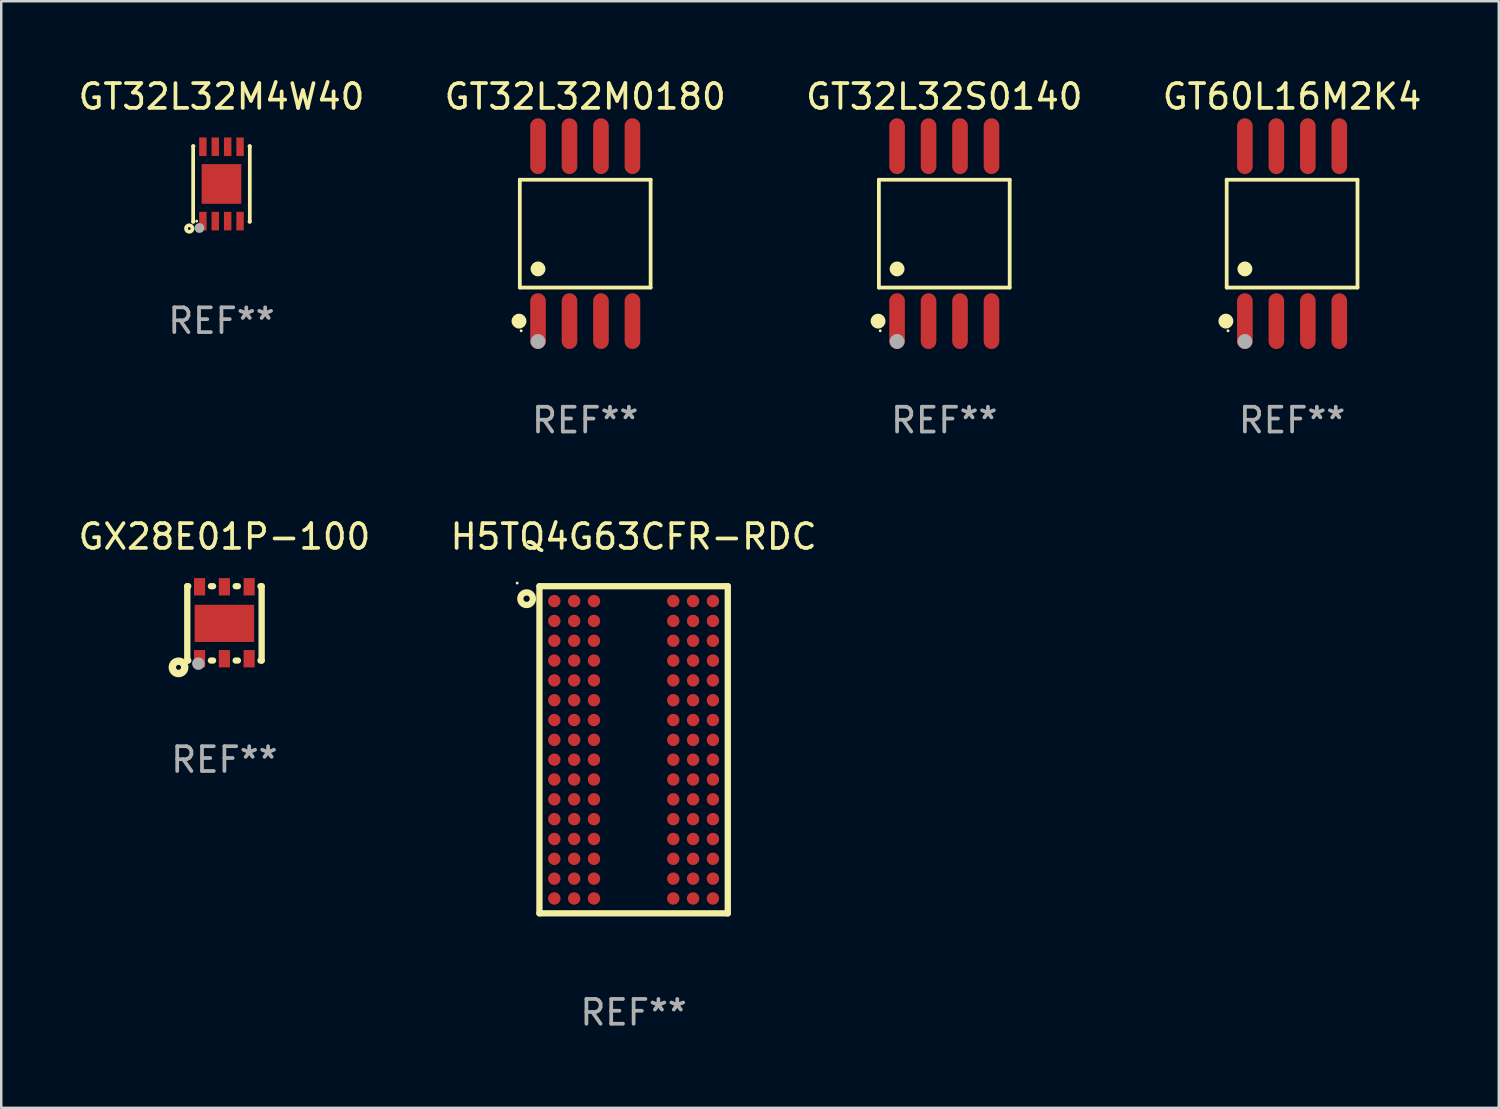
<source format=kicad_pcb>
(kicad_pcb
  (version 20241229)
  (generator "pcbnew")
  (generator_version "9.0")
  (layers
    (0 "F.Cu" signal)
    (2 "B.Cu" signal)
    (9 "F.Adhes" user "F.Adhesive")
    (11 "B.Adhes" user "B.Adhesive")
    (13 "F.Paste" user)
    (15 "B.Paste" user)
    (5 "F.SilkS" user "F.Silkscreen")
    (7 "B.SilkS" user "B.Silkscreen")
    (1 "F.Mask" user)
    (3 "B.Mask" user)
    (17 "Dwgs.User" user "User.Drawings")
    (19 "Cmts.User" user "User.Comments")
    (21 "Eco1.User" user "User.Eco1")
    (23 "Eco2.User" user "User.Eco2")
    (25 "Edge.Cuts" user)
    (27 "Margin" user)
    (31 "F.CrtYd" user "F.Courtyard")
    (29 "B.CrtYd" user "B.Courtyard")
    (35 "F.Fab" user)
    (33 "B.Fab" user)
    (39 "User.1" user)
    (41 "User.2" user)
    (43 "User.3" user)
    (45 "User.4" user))
  (footprint "GT60L16M2K4"
    (layer "F.Cu")
    (at 49.089 6.378)
    (property "Reference" "GT60L16M2K4" (at 0 -5.53 0) (layer "F.SilkS") (effects (font (size 1 1) (thickness 0.15))))
    (attr through_hole)
    (fp_line (start -2.639 -2.176) (end 2.639 -2.176) (stroke (width 0.152) (type solid)) (layer "F.SilkS"))
    (fp_line (start -2.639 2.176) (end -2.639 -2.176) (stroke (width 0.152) (type solid)) (layer "F.SilkS"))
    (fp_line (start 2.639 -2.176) (end 2.639 2.176) (stroke (width 0.152) (type solid)) (layer "F.SilkS"))
    (fp_line (start 2.639 2.176) (end -2.639 2.176) (stroke (width 0.152) (type solid)) (layer "F.SilkS"))
    (fp_circle (center -2.672 3.53) (end -2.522 3.53) (stroke (width 0.3) (type solid)) (fill no) (layer "F.SilkS"))
    (fp_circle (center -2.585 3.92) (end -2.555 3.92) (stroke (width 0.06) (type solid)) (fill no) (layer "F.SilkS"))
    (fp_circle (center -1.905 1.424) (end -1.755 1.424) (stroke (width 0.3) (type solid)) (fill no) (layer "F.SilkS"))
    (fp_circle (center -1.905 4.35) (end -1.755 4.35) (stroke (width 0.3) (type solid)) (fill no) (layer "F.Fab"))
    (fp_text user "REF**" (at 0 7.53 0) (layer "F.Fab") (effects (font (size 1 1) (thickness 0.15))))
    (pad "1" smd oval (at -1.905 3.53) (size 0.63 2.25) (layers "F.Cu" "F.Mask" "F.Paste"))
    (pad "2" smd oval (at -0.635 3.53) (size 0.63 2.25) (layers "F.Cu" "F.Mask" "F.Paste"))
    (pad "3" smd oval (at 0.635 3.53) (size 0.63 2.25) (layers "F.Cu" "F.Mask" "F.Paste"))
    (pad "4" smd oval (at 1.905 3.53) (size 0.63 2.25) (layers "F.Cu" "F.Mask" "F.Paste"))
    (pad "5" smd oval (at 1.905 -3.53) (size 0.63 2.25) (layers "F.Cu" "F.Mask" "F.Paste"))
    (pad "6" smd oval (at 0.635 -3.53) (size 0.63 2.25) (layers "F.Cu" "F.Mask" "F.Paste"))
    (pad "7" smd oval (at -0.635 -3.53) (size 0.63 2.25) (layers "F.Cu" "F.Mask" "F.Paste"))
    (pad "8" smd oval (at -1.905 -3.53) (size 0.63 2.25) (layers "F.Cu" "F.Mask" "F.Paste")))
  (footprint "GX28E01P-100"
    (layer "F.Cu")
    (at 6.006 22.105)
    (property "Reference" "GX28E01P-100" (at 0 -3.501 0) (layer "F.SilkS") (effects (font (size 1 1) (thickness 0.15))))
    (attr through_hole)
    (fp_line (start -1.502 -1.501) (end -1.459 -1.501) (stroke (width 0.254) (type solid)) (layer "F.SilkS"))
    (fp_line (start -1.502 1.499) (end -1.459 1.499) (stroke (width 0.254) (type solid)) (layer "F.SilkS"))
    (fp_line (start -1.499 1.501) (end -1.499 -1.499) (stroke (width 0.254) (type solid)) (layer "F.SilkS"))
    (fp_line (start -0.546 -1.501) (end -0.458 -1.501) (stroke (width 0.254) (type solid)) (layer "F.SilkS"))
    (fp_line (start -0.546 1.499) (end -0.458 1.499) (stroke (width 0.254) (type solid)) (layer "F.SilkS"))
    (fp_line (start 0.454 -1.501) (end 0.543 -1.501) (stroke (width 0.254) (type solid)) (layer "F.SilkS"))
    (fp_line (start 0.454 1.499) (end 0.543 1.499) (stroke (width 0.254) (type solid)) (layer "F.SilkS"))
    (fp_line (start 1.455 -1.501) (end 1.502 -1.501) (stroke (width 0.254) (type solid)) (layer "F.SilkS"))
    (fp_line (start 1.455 1.499) (end 1.502 1.499) (stroke (width 0.254) (type solid)) (layer "F.SilkS"))
    (fp_line (start 1.502 1.501) (end 1.502 -1.499) (stroke (width 0.254) (type solid)) (layer "F.SilkS"))
    (fp_circle (center -1.852 1.774) (end -1.752 1.774) (stroke (width 0.3) (type solid)) (fill no) (layer "F.SilkS"))
    (fp_circle (center -1.502 1.474) (end -1.472 1.474) (stroke (width 0.06) (type solid)) (fill no) (layer "F.SilkS"))
    (fp_circle (center -1.052 1.624) (end -0.925 1.624) (stroke (width 0.254) (type solid)) (fill no) (layer "F.Fab"))
    (fp_text user "REF**" (at 0 5.501 0) (layer "F.Fab") (effects (font (size 1 1) (thickness 0.15))))
    (pad "1" smd rect (at -1.002 1.425) (size 0.45 0.701) (layers "F.Cu" "F.Mask" "F.Paste"))
    (pad "2" smd rect (at -0.002 1.425) (size 0.45 0.701) (layers "F.Cu" "F.Mask" "F.Paste"))
    (pad "3" smd rect (at 0.998 1.425) (size 0.45 0.701) (layers "F.Cu" "F.Mask" "F.Paste"))
    (pad "4" smd rect (at 0.998 -1.477) (size 0.45 0.701) (layers "F.Cu" "F.Mask" "F.Paste"))
    (pad "5" smd rect (at -0.002 -1.477) (size 0.45 0.701) (layers "F.Cu" "F.Mask" "F.Paste"))
    (pad "6" smd rect (at -1.002 -1.477) (size 0.45 0.701) (layers "F.Cu" "F.Mask" "F.Paste"))
    (pad "7" smd rect (at -0.002 -0.001) (size 2.4 1.5) (layers "F.Cu" "F.Mask" "F.Paste")))
  (footprint "GT32L32M0180"
    (layer "F.Cu")
    (at 20.565 6.378)
    (property "Reference" "GT32L32M0180" (at 0 -5.53 0) (layer "F.SilkS") (effects (font (size 1 1) (thickness 0.15))))
    (attr through_hole)
    (fp_line (start -2.639 -2.176) (end 2.639 -2.176) (stroke (width 0.152) (type solid)) (layer "F.SilkS"))
    (fp_line (start -2.639 2.176) (end -2.639 -2.176) (stroke (width 0.152) (type solid)) (layer "F.SilkS"))
    (fp_line (start 2.639 -2.176) (end 2.639 2.176) (stroke (width 0.152) (type solid)) (layer "F.SilkS"))
    (fp_line (start 2.639 2.176) (end -2.639 2.176) (stroke (width 0.152) (type solid)) (layer "F.SilkS"))
    (fp_circle (center -2.672 3.53) (end -2.522 3.53) (stroke (width 0.3) (type solid)) (fill no) (layer "F.SilkS"))
    (fp_circle (center -2.585 3.92) (end -2.555 3.92) (stroke (width 0.06) (type solid)) (fill no) (layer "F.SilkS"))
    (fp_circle (center -1.905 1.424) (end -1.755 1.424) (stroke (width 0.3) (type solid)) (fill no) (layer "F.SilkS"))
    (fp_circle (center -1.905 4.35) (end -1.755 4.35) (stroke (width 0.3) (type solid)) (fill no) (layer "F.Fab"))
    (fp_text user "REF**" (at 0 7.53 0) (layer "F.Fab") (effects (font (size 1 1) (thickness 0.15))))
    (pad "1" smd oval (at -1.905 3.53) (size 0.63 2.25) (layers "F.Cu" "F.Mask" "F.Paste"))
    (pad "2" smd oval (at -0.635 3.53) (size 0.63 2.25) (layers "F.Cu" "F.Mask" "F.Paste"))
    (pad "3" smd oval (at 0.635 3.53) (size 0.63 2.25) (layers "F.Cu" "F.Mask" "F.Paste"))
    (pad "4" smd oval (at 1.905 3.53) (size 0.63 2.25) (layers "F.Cu" "F.Mask" "F.Paste"))
    (pad "5" smd oval (at 1.905 -3.53) (size 0.63 2.25) (layers "F.Cu" "F.Mask" "F.Paste"))
    (pad "6" smd oval (at 0.635 -3.53) (size 0.63 2.25) (layers "F.Cu" "F.Mask" "F.Paste"))
    (pad "7" smd oval (at -0.635 -3.53) (size 0.63 2.25) (layers "F.Cu" "F.Mask" "F.Paste"))
    (pad "8" smd oval (at -1.905 -3.53) (size 0.63 2.25) (layers "F.Cu" "F.Mask" "F.Paste")))
  (footprint "GT32L32S0140"
    (layer "F.Cu")
    (at 35.054 6.378)
    (property "Reference" "GT32L32S0140" (at 0 -5.53 0) (layer "F.SilkS") (effects (font (size 1 1) (thickness 0.15))))
    (attr through_hole)
    (fp_line (start -2.639 -2.176) (end 2.639 -2.176) (stroke (width 0.152) (type solid)) (layer "F.SilkS"))
    (fp_line (start -2.639 2.176) (end -2.639 -2.176) (stroke (width 0.152) (type solid)) (layer "F.SilkS"))
    (fp_line (start 2.639 -2.176) (end 2.639 2.176) (stroke (width 0.152) (type solid)) (layer "F.SilkS"))
    (fp_line (start 2.639 2.176) (end -2.639 2.176) (stroke (width 0.152) (type solid)) (layer "F.SilkS"))
    (fp_circle (center -2.672 3.53) (end -2.522 3.53) (stroke (width 0.3) (type solid)) (fill no) (layer "F.SilkS"))
    (fp_circle (center -2.585 3.92) (end -2.555 3.92) (stroke (width 0.06) (type solid)) (fill no) (layer "F.SilkS"))
    (fp_circle (center -1.905 1.424) (end -1.755 1.424) (stroke (width 0.3) (type solid)) (fill no) (layer "F.SilkS"))
    (fp_circle (center -1.905 4.35) (end -1.755 4.35) (stroke (width 0.3) (type solid)) (fill no) (layer "F.Fab"))
    (fp_text user "REF**" (at 0 7.53 0) (layer "F.Fab") (effects (font (size 1 1) (thickness 0.15))))
    (pad "1" smd oval (at -1.905 3.53) (size 0.63 2.25) (layers "F.Cu" "F.Mask" "F.Paste"))
    (pad "2" smd oval (at -0.635 3.53) (size 0.63 2.25) (layers "F.Cu" "F.Mask" "F.Paste"))
    (pad "3" smd oval (at 0.635 3.53) (size 0.63 2.25) (layers "F.Cu" "F.Mask" "F.Paste"))
    (pad "4" smd oval (at 1.905 3.53) (size 0.63 2.25) (layers "F.Cu" "F.Mask" "F.Paste"))
    (pad "5" smd oval (at 1.905 -3.53) (size 0.63 2.25) (layers "F.Cu" "F.Mask" "F.Paste"))
    (pad "6" smd oval (at 0.635 -3.53) (size 0.63 2.25) (layers "F.Cu" "F.Mask" "F.Paste"))
    (pad "7" smd oval (at -0.635 -3.53) (size 0.63 2.25) (layers "F.Cu" "F.Mask" "F.Paste"))
    (pad "8" smd oval (at -1.905 -3.53) (size 0.63 2.25) (layers "F.Cu" "F.Mask" "F.Paste")))
  (footprint "GT32L32M4W40"
    (layer "F.Cu")
    (at 5.887 4.372)
    (property "Reference" "GT32L32M4W40" (at 0 -3.524 0) (layer "F.SilkS") (effects (font (size 1 1) (thickness 0.15))))
    (attr through_hole)
    (fp_line (start -1.143 -1.524) (end -1.143 1.524) (stroke (width 0.15) (type solid)) (layer "F.SilkS"))
    (fp_line (start -1.143 1.524) (end -1.129 1.524) (stroke (width 0.15) (type solid)) (layer "F.SilkS"))
    (fp_line (start -1.129 -1.524) (end -1.143 -1.524) (stroke (width 0.15) (type solid)) (layer "F.SilkS"))
    (fp_line (start 1.129 1.524) (end 1.143 1.524) (stroke (width 0.15) (type solid)) (layer "F.SilkS"))
    (fp_line (start 1.143 -1.524) (end 1.129 -1.524) (stroke (width 0.15) (type solid)) (layer "F.SilkS"))
    (fp_line (start 1.143 1.524) (end 1.143 -1.524) (stroke (width 0.15) (type solid)) (layer "F.SilkS"))
    (fp_circle (center -1.3 1.8) (end -1.243 1.8) (stroke (width 0.15) (type solid)) (fill no) (layer "F.SilkS"))
    (fp_circle (center -1 1.5) (end -0.97 1.5) (stroke (width 0.06) (type solid)) (fill no) (layer "F.SilkS"))
    (fp_circle (center -0.889 1.778) (end -0.789 1.778) (stroke (width 0.2) (type solid)) (fill no) (layer "F.Fab"))
    (fp_text user "REF**" (at 0 5.524 0) (layer "F.Fab") (effects (font (size 1 1) (thickness 0.15))))
    (pad "1" smd rect (at -0.75 1.5 90) (size 0.75 0.3) (layers "F.Cu" "F.Mask" "F.Paste"))
    (pad "2" smd rect (at -0.25 1.5 90) (size 0.75 0.3) (layers "F.Cu" "F.Mask" "F.Paste"))
    (pad "3" smd rect (at 0.25 1.5 90) (size 0.75 0.3) (layers "F.Cu" "F.Mask" "F.Paste"))
    (pad "4" smd rect (at 0.75 1.5 90) (size 0.75 0.3) (layers "F.Cu" "F.Mask" "F.Paste"))
    (pad "5" smd rect (at 0.75 -1.5 90) (size 0.75 0.3) (layers "F.Cu" "F.Mask" "F.Paste"))
    (pad "6" smd rect (at 0.25 -1.5 90) (size 0.75 0.3) (layers "F.Cu" "F.Mask" "F.Paste"))
    (pad "7" smd rect (at -0.25 -1.5 90) (size 0.75 0.3) (layers "F.Cu" "F.Mask" "F.Paste"))
    (pad "8" smd rect (at -0.75 -1.5 90) (size 0.75 0.3) (layers "F.Cu" "F.Mask" "F.Paste"))
    (pad "9" smd rect (at -0.000203 0.000457 90) (size 1.6 1.6) (layers "F.Cu" "F.Mask" "F.Paste")))
  (footprint "H5TQ4G63CFR-RDC"
    (layer "F.Cu")
    (at 22.518 27.205)
    (property "Reference" "H5TQ4G63CFR-RDC" (at 0 -8.6 0) (layer "F.SilkS") (effects (font (size 1 1) (thickness 0.15))))
    (attr through_hole)
    (fp_line (start -3.8 -6.6) (end -3.8 6.6) (stroke (width 0.254) (type solid)) (layer "F.SilkS"))
    (fp_line (start -3.8 -6.6) (end 3.8 -6.6) (stroke (width 0.254) (type solid)) (layer "F.SilkS"))
    (fp_line (start -3.8 6.6) (end 3.8 6.6) (stroke (width 0.254) (type solid)) (layer "F.SilkS"))
    (fp_line (start 3.8 -6.6) (end 3.8 6.6) (stroke (width 0.254) (type solid)) (layer "F.SilkS"))
    (fp_circle (center -4.699 -6.727) (end -4.669 -6.727) (stroke (width 0.06) (type solid)) (fill no) (layer "F.SilkS"))
    (fp_circle (center -4.318 -6.096) (end -4.064 -6.096) (stroke (width 0.254) (type solid)) (fill no) (layer "F.SilkS"))
    (fp_text user "REF**" (at 0 10.6 0) (layer "F.Fab") (effects (font (size 1 1) (thickness 0.15))))
    (pad "A1" smd circle (at -3.2 -6) (size 0.5 0.5) (layers "F.Cu" "F.Mask" "F.Paste"))
    (pad "A2" smd circle (at -2.4 -6) (size 0.5 0.5) (layers "F.Cu" "F.Mask" "F.Paste"))
    (pad "A3" smd circle (at -1.6 -6) (size 0.5 0.5) (layers "F.Cu" "F.Mask" "F.Paste"))
    (pad "A7" smd circle (at 1.6 -6) (size 0.5 0.5) (layers "F.Cu" "F.Mask" "F.Paste"))
    (pad "A8" smd circle (at 2.4 -6) (size 0.5 0.5) (layers "F.Cu" "F.Mask" "F.Paste"))
    (pad "A9" smd circle (at 3.2 -6) (size 0.5 0.5) (layers "F.Cu" "F.Mask" "F.Paste"))
    (pad "B1" smd circle (at -3.2 -5.2) (size 0.5 0.5) (layers "F.Cu" "F.Mask" "F.Paste"))
    (pad "B2" smd circle (at -2.4 -5.2) (size 0.5 0.5) (layers "F.Cu" "F.Mask" "F.Paste"))
    (pad "B3" smd circle (at -1.6 -5.2) (size 0.5 0.5) (layers "F.Cu" "F.Mask" "F.Paste"))
    (pad "B7" smd circle (at 1.6 -5.2) (size 0.5 0.5) (layers "F.Cu" "F.Mask" "F.Paste"))
    (pad "B8" smd circle (at 2.4 -5.2) (size 0.5 0.5) (layers "F.Cu" "F.Mask" "F.Paste"))
    (pad "B9" smd circle (at 3.2 -5.2) (size 0.5 0.5) (layers "F.Cu" "F.Mask" "F.Paste"))
    (pad "C1" smd circle (at -3.2 -4.4) (size 0.5 0.5) (layers "F.Cu" "F.Mask" "F.Paste"))
    (pad "C2" smd circle (at -2.4 -4.4) (size 0.5 0.5) (layers "F.Cu" "F.Mask" "F.Paste"))
    (pad "C3" smd circle (at -1.6 -4.4) (size 0.5 0.5) (layers "F.Cu" "F.Mask" "F.Paste"))
    (pad "C7" smd circle (at 1.6 -4.4) (size 0.5 0.5) (layers "F.Cu" "F.Mask" "F.Paste"))
    (pad "C8" smd circle (at 2.4 -4.4) (size 0.5 0.5) (layers "F.Cu" "F.Mask" "F.Paste"))
    (pad "C9" smd circle (at 3.2 -4.4) (size 0.5 0.5) (layers "F.Cu" "F.Mask" "F.Paste"))
    (pad "D1" smd circle (at -3.2 -3.6) (size 0.5 0.5) (layers "F.Cu" "F.Mask" "F.Paste"))
    (pad "D2" smd circle (at -2.4 -3.6) (size 0.5 0.5) (layers "F.Cu" "F.Mask" "F.Paste"))
    (pad "D3" smd circle (at -1.6 -3.6) (size 0.5 0.5) (layers "F.Cu" "F.Mask" "F.Paste"))
    (pad "D7" smd circle (at 1.6 -3.6) (size 0.5 0.5) (layers "F.Cu" "F.Mask" "F.Paste"))
    (pad "D8" smd circle (at 2.4 -3.6) (size 0.5 0.5) (layers "F.Cu" "F.Mask" "F.Paste"))
    (pad "D9" smd circle (at 3.2 -3.6) (size 0.5 0.5) (layers "F.Cu" "F.Mask" "F.Paste"))
    (pad "E1" smd circle (at -3.2 -2.8) (size 0.5 0.5) (layers "F.Cu" "F.Mask" "F.Paste"))
    (pad "E2" smd circle (at -2.4 -2.8) (size 0.5 0.5) (layers "F.Cu" "F.Mask" "F.Paste"))
    (pad "E3" smd circle (at -1.6 -2.8) (size 0.5 0.5) (layers "F.Cu" "F.Mask" "F.Paste"))
    (pad "E7" smd circle (at 1.6 -2.8) (size 0.5 0.5) (layers "F.Cu" "F.Mask" "F.Paste"))
    (pad "E8" smd circle (at 2.4 -2.8) (size 0.5 0.5) (layers "F.Cu" "F.Mask" "F.Paste"))
    (pad "E9" smd circle (at 3.2 -2.8) (size 0.5 0.5) (layers "F.Cu" "F.Mask" "F.Paste"))
    (pad "F1" smd circle (at -3.2 -2) (size 0.5 0.5) (layers "F.Cu" "F.Mask" "F.Paste"))
    (pad "F2" smd circle (at -2.4 -2) (size 0.5 0.5) (layers "F.Cu" "F.Mask" "F.Paste"))
    (pad "F3" smd circle (at -1.6 -2) (size 0.5 0.5) (layers "F.Cu" "F.Mask" "F.Paste"))
    (pad "F7" smd circle (at 1.6 -2) (size 0.5 0.5) (layers "F.Cu" "F.Mask" "F.Paste"))
    (pad "F8" smd circle (at 2.4 -2) (size 0.5 0.5) (layers "F.Cu" "F.Mask" "F.Paste"))
    (pad "F9" smd circle (at 3.2 -2) (size 0.5 0.5) (layers "F.Cu" "F.Mask" "F.Paste"))
    (pad "G1" smd circle (at -3.2 -1.2) (size 0.5 0.5) (layers "F.Cu" "F.Mask" "F.Paste"))
    (pad "G2" smd circle (at -2.4 -1.2) (size 0.5 0.5) (layers "F.Cu" "F.Mask" "F.Paste"))
    (pad "G3" smd circle (at -1.6 -1.2) (size 0.5 0.5) (layers "F.Cu" "F.Mask" "F.Paste"))
    (pad "G7" smd circle (at 1.6 -1.2) (size 0.5 0.5) (layers "F.Cu" "F.Mask" "F.Paste"))
    (pad "G8" smd circle (at 2.4 -1.2) (size 0.5 0.5) (layers "F.Cu" "F.Mask" "F.Paste"))
    (pad "G9" smd circle (at 3.2 -1.2) (size 0.5 0.5) (layers "F.Cu" "F.Mask" "F.Paste"))
    (pad "H1" smd circle (at -3.2 -0.4) (size 0.5 0.5) (layers "F.Cu" "F.Mask" "F.Paste"))
    (pad "H2" smd circle (at -2.4 -0.4) (size 0.5 0.5) (layers "F.Cu" "F.Mask" "F.Paste"))
    (pad "H3" smd circle (at -1.6 -0.4) (size 0.5 0.5) (layers "F.Cu" "F.Mask" "F.Paste"))
    (pad "H7" smd circle (at 1.6 -0.4) (size 0.5 0.5) (layers "F.Cu" "F.Mask" "F.Paste"))
    (pad "H8" smd circle (at 2.4 -0.4) (size 0.5 0.5) (layers "F.Cu" "F.Mask" "F.Paste"))
    (pad "H9" smd circle (at 3.2 -0.4) (size 0.5 0.5) (layers "F.Cu" "F.Mask" "F.Paste"))
    (pad "J1" smd circle (at -3.2 0.4) (size 0.5 0.5) (layers "F.Cu" "F.Mask" "F.Paste"))
    (pad "J2" smd circle (at -2.4 0.4) (size 0.5 0.5) (layers "F.Cu" "F.Mask" "F.Paste"))
    (pad "J3" smd circle (at -1.6 0.4) (size 0.5 0.5) (layers "F.Cu" "F.Mask" "F.Paste"))
    (pad "J7" smd circle (at 1.6 0.4) (size 0.5 0.5) (layers "F.Cu" "F.Mask" "F.Paste"))
    (pad "J8" smd circle (at 2.4 0.4) (size 0.5 0.5) (layers "F.Cu" "F.Mask" "F.Paste"))
    (pad "J9" smd circle (at 3.2 0.4) (size 0.5 0.5) (layers "F.Cu" "F.Mask" "F.Paste"))
    (pad "K1" smd circle (at -3.2 1.2) (size 0.5 0.5) (layers "F.Cu" "F.Mask" "F.Paste"))
    (pad "K2" smd circle (at -2.4 1.2) (size 0.5 0.5) (layers "F.Cu" "F.Mask" "F.Paste"))
    (pad "K3" smd circle (at -1.6 1.2) (size 0.5 0.5) (layers "F.Cu" "F.Mask" "F.Paste"))
    (pad "K7" smd circle (at 1.6 1.2) (size 0.5 0.5) (layers "F.Cu" "F.Mask" "F.Paste"))
    (pad "K8" smd circle (at 2.4 1.2) (size 0.5 0.5) (layers "F.Cu" "F.Mask" "F.Paste"))
    (pad "K9" smd circle (at 3.2 1.2) (size 0.5 0.5) (layers "F.Cu" "F.Mask" "F.Paste"))
    (pad "L1" smd circle (at -3.2 2) (size 0.5 0.5) (layers "F.Cu" "F.Mask" "F.Paste"))
    (pad "L2" smd circle (at -2.4 2) (size 0.5 0.5) (layers "F.Cu" "F.Mask" "F.Paste"))
    (pad "L3" smd circle (at -1.6 2) (size 0.5 0.5) (layers "F.Cu" "F.Mask" "F.Paste"))
    (pad "L7" smd circle (at 1.6 2) (size 0.5 0.5) (layers "F.Cu" "F.Mask" "F.Paste"))
    (pad "L8" smd circle (at 2.4 2) (size 0.5 0.5) (layers "F.Cu" "F.Mask" "F.Paste"))
    (pad "L9" smd circle (at 3.2 2) (size 0.5 0.5) (layers "F.Cu" "F.Mask" "F.Paste"))
    (pad "M1" smd circle (at -3.2 2.8) (size 0.5 0.5) (layers "F.Cu" "F.Mask" "F.Paste"))
    (pad "M2" smd circle (at -2.4 2.8) (size 0.5 0.5) (layers "F.Cu" "F.Mask" "F.Paste"))
    (pad "M3" smd circle (at -1.6 2.8) (size 0.5 0.5) (layers "F.Cu" "F.Mask" "F.Paste"))
    (pad "M7" smd circle (at 1.6 2.8) (size 0.5 0.5) (layers "F.Cu" "F.Mask" "F.Paste"))
    (pad "M8" smd circle (at 2.4 2.8) (size 0.5 0.5) (layers "F.Cu" "F.Mask" "F.Paste"))
    (pad "M9" smd circle (at 3.2 2.8) (size 0.5 0.5) (layers "F.Cu" "F.Mask" "F.Paste"))
    (pad "N1" smd circle (at -3.2 3.6) (size 0.5 0.5) (layers "F.Cu" "F.Mask" "F.Paste"))
    (pad "N2" smd circle (at -2.4 3.6) (size 0.5 0.5) (layers "F.Cu" "F.Mask" "F.Paste"))
    (pad "N3" smd circle (at -1.6 3.6) (size 0.5 0.5) (layers "F.Cu" "F.Mask" "F.Paste"))
    (pad "N7" smd circle (at 1.6 3.6) (size 0.5 0.5) (layers "F.Cu" "F.Mask" "F.Paste"))
    (pad "N8" smd circle (at 2.4 3.6) (size 0.5 0.5) (layers "F.Cu" "F.Mask" "F.Paste"))
    (pad "N9" smd circle (at 3.2 3.6) (size 0.5 0.5) (layers "F.Cu" "F.Mask" "F.Paste"))
    (pad "P1" smd circle (at -3.2 4.4) (size 0.5 0.5) (layers "F.Cu" "F.Mask" "F.Paste"))
    (pad "P2" smd circle (at -2.4 4.4) (size 0.5 0.5) (layers "F.Cu" "F.Mask" "F.Paste"))
    (pad "P3" smd circle (at -1.6 4.4) (size 0.5 0.5) (layers "F.Cu" "F.Mask" "F.Paste"))
    (pad "P7" smd circle (at 1.6 4.4) (size 0.5 0.5) (layers "F.Cu" "F.Mask" "F.Paste"))
    (pad "P8" smd circle (at 2.4 4.4) (size 0.5 0.5) (layers "F.Cu" "F.Mask" "F.Paste"))
    (pad "P9" smd circle (at 3.2 4.4) (size 0.5 0.5) (layers "F.Cu" "F.Mask" "F.Paste"))
    (pad "R1" smd circle (at -3.2 5.2) (size 0.5 0.5) (layers "F.Cu" "F.Mask" "F.Paste"))
    (pad "R2" smd circle (at -2.4 5.2) (size 0.5 0.5) (layers "F.Cu" "F.Mask" "F.Paste"))
    (pad "R3" smd circle (at -1.6 5.2) (size 0.5 0.5) (layers "F.Cu" "F.Mask" "F.Paste"))
    (pad "R7" smd circle (at 1.6 5.2) (size 0.5 0.5) (layers "F.Cu" "F.Mask" "F.Paste"))
    (pad "R8" smd circle (at 2.4 5.2) (size 0.5 0.5) (layers "F.Cu" "F.Mask" "F.Paste"))
    (pad "R9" smd circle (at 3.2 5.2) (size 0.5 0.5) (layers "F.Cu" "F.Mask" "F.Paste"))
    (pad "T1" smd circle (at -3.2 6) (size 0.5 0.5) (layers "F.Cu" "F.Mask" "F.Paste"))
    (pad "T2" smd circle (at -2.4 6) (size 0.5 0.5) (layers "F.Cu" "F.Mask" "F.Paste"))
    (pad "T3" smd circle (at -1.6 6) (size 0.5 0.5) (layers "F.Cu" "F.Mask" "F.Paste"))
    (pad "T7" smd circle (at 1.6 6) (size 0.5 0.5) (layers "F.Cu" "F.Mask" "F.Paste"))
    (pad "T8" smd circle (at 2.4 6) (size 0.5 0.5) (layers "F.Cu" "F.Mask" "F.Paste"))
    (pad "T9" smd circle (at 3.2 6) (size 0.5 0.5) (layers "F.Cu" "F.Mask" "F.Paste")))
  (gr_rect
    (start -3 -3)
    (end 57.429 41.653)
    (stroke (width 0.1) (type default))
    (fill no)
    (layer "Edge.Cuts")))
</source>
